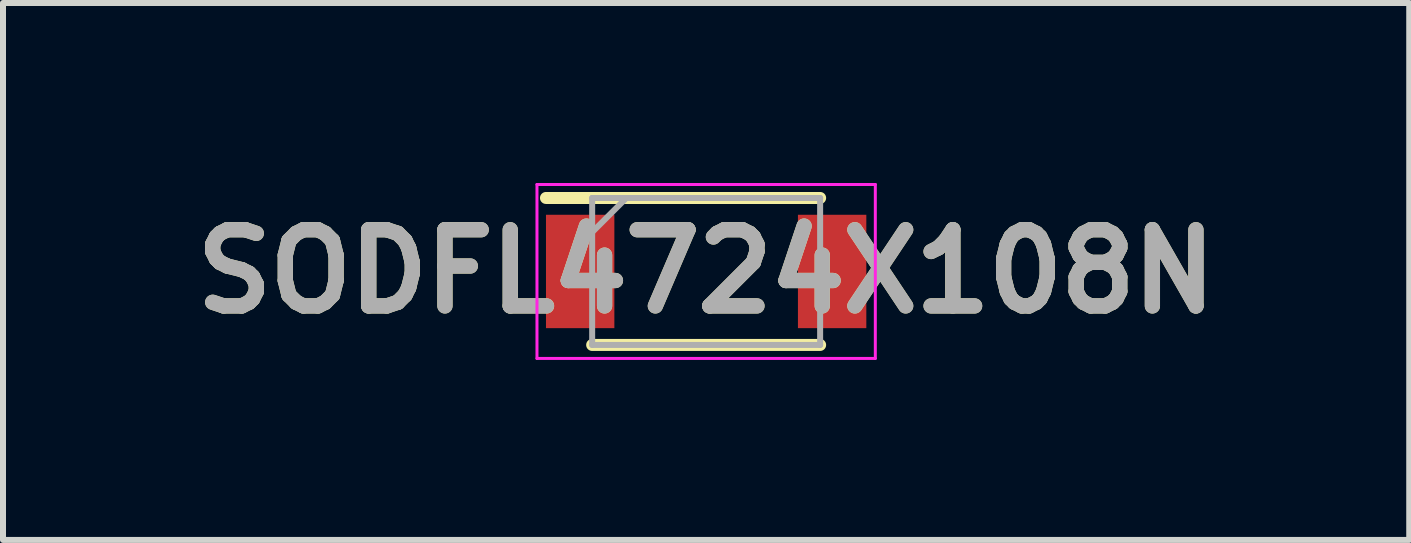
<source format=kicad_pcb>
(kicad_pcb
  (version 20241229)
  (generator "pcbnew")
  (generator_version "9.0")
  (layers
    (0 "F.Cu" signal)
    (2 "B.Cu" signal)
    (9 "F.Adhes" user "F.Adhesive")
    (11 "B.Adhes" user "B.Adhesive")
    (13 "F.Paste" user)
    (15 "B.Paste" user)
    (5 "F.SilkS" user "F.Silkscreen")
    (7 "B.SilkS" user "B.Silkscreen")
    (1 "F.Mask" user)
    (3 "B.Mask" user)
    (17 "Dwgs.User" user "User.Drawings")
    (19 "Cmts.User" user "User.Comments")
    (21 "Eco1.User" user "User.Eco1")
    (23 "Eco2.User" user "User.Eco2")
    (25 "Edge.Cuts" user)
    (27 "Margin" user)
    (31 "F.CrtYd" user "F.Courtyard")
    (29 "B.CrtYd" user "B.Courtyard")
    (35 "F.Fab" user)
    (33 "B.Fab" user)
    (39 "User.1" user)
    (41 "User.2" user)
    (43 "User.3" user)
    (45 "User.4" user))
  (footprint "SODFL4724X108N"
    (layer "F.Cu")
    (at 8.721 1.475)
    (property "Reference" "SODFL4724X108N" (at 0 0 0) (layer "F.SilkS") (effects (font (size 1.27 1.27) (thickness 0.254))))
    (attr smd)
    (fp_line (start -2.67 -1.225) (end 1.9 -1.225) (stroke (width 0.2) (type solid)) (layer "F.SilkS"))
    (fp_line (start -1.9 1.225) (end 1.9 1.225) (stroke (width 0.2) (type solid)) (layer "F.SilkS"))
    (fp_line (start -2.82 -1.45) (end 2.82 -1.45) (stroke (width 0.05) (type solid)) (layer "F.CrtYd"))
    (fp_line (start -2.82 1.45) (end -2.82 -1.45) (stroke (width 0.05) (type solid)) (layer "F.CrtYd"))
    (fp_line (start 2.82 -1.45) (end 2.82 1.45) (stroke (width 0.05) (type solid)) (layer "F.CrtYd"))
    (fp_line (start 2.82 1.45) (end -2.82 1.45) (stroke (width 0.05) (type solid)) (layer "F.CrtYd"))
    (fp_line (start -1.9 -1.225) (end 1.9 -1.225) (stroke (width 0.1) (type solid)) (layer "F.Fab"))
    (fp_line (start -1.9 -0.655) (end -1.33 -1.225) (stroke (width 0.1) (type solid)) (layer "F.Fab"))
    (fp_line (start -1.9 1.225) (end -1.9 -1.225) (stroke (width 0.1) (type solid)) (layer "F.Fab"))
    (fp_line (start 1.9 -1.225) (end 1.9 1.225) (stroke (width 0.1) (type solid)) (layer "F.Fab"))
    (fp_line (start 1.9 1.225) (end -1.9 1.225) (stroke (width 0.1) (type solid)) (layer "F.Fab"))
    (fp_text user "${REFERENCE}" (at 0 0 0) (layer "F.Fab") (effects (font (size 1.27 1.27) (thickness 0.254))))
    (pad "1" smd rect (at -2.1 0) (size 1.14 1.89) (layers "F.Cu" "F.Mask" "F.Paste"))
    (pad "2" smd rect (at 2.1 0) (size 1.14 1.89) (layers "F.Cu" "F.Mask" "F.Paste")))
  (gr_rect
    (start -3 -3)
    (end 20.441 5.95)
    (stroke (width 0.1) (type default))
    (fill no)
    (layer "Edge.Cuts")))
</source>
